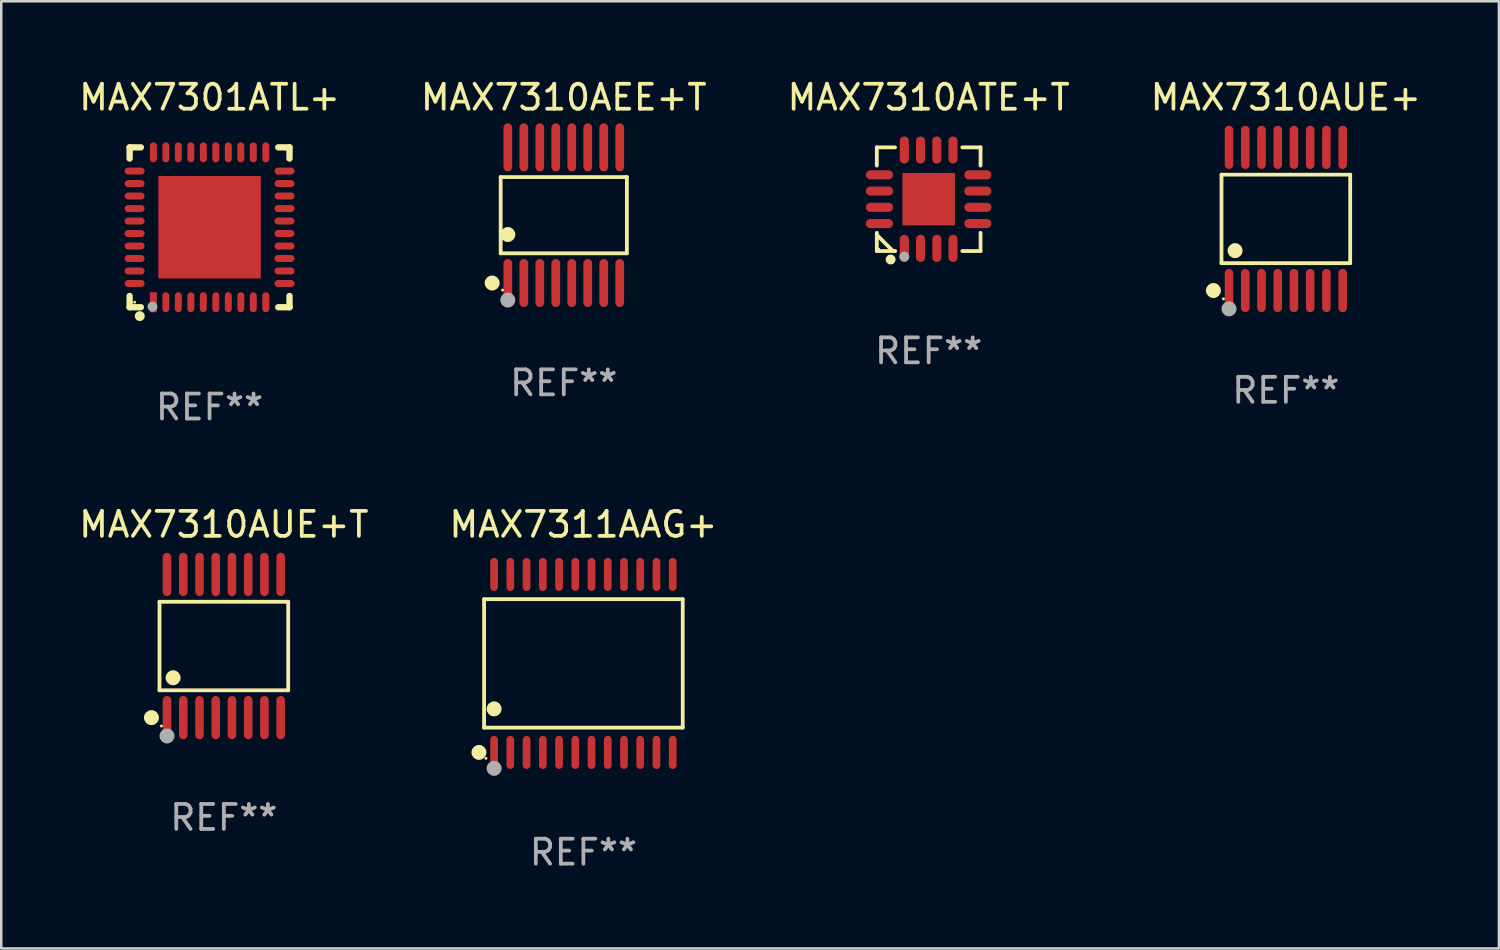
<source format=kicad_pcb>
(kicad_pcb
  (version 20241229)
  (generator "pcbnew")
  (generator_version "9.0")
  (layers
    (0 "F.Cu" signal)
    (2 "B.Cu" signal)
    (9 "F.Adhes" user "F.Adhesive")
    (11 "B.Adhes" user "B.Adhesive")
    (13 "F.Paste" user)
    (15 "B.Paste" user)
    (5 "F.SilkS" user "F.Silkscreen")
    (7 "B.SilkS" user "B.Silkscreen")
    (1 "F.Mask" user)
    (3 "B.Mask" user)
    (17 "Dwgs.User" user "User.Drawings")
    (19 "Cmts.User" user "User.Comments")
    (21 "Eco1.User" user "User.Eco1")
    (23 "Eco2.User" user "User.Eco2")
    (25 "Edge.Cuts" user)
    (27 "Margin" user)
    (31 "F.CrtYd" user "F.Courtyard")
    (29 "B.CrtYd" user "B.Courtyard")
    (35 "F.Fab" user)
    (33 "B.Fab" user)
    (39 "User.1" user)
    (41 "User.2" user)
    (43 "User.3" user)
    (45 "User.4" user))
  (footprint "MAX7311AAG+"
    (layer "F.Cu")
    (at 20.304 23.507)
    (property "Reference" "MAX7311AAG+" (at 0 -5.562 0) (layer "F.SilkS") (effects (font (size 1 1) (thickness 0.15))))
    (attr through_hole)
    (fp_line (start -3.976 -2.571) (end 3.976 -2.571) (stroke (width 0.152) (type solid)) (layer "F.SilkS"))
    (fp_line (start -3.976 2.571) (end -3.976 -2.571) (stroke (width 0.152) (type solid)) (layer "F.SilkS"))
    (fp_line (start 3.976 -2.571) (end 3.976 2.571) (stroke (width 0.152) (type solid)) (layer "F.SilkS"))
    (fp_line (start 3.976 2.571) (end -3.976 2.571) (stroke (width 0.152) (type solid)) (layer "F.SilkS"))
    (fp_circle (center -4.181 3.562) (end -4.031 3.562) (stroke (width 0.3) (type solid)) (fill no) (layer "F.SilkS"))
    (fp_circle (center -3.9 3.8) (end -3.87 3.8) (stroke (width 0.06) (type solid)) (fill no) (layer "F.SilkS"))
    (fp_circle (center -3.575 1.819) (end -3.425 1.819) (stroke (width 0.3) (type solid)) (fill no) (layer "F.SilkS"))
    (fp_circle (center -3.575 4.2) (end -3.425 4.2) (stroke (width 0.3) (type solid)) (fill no) (layer "F.Fab"))
    (fp_text user "REF**" (at 0 7.562 0) (layer "F.Fab") (effects (font (size 1 1) (thickness 0.15))))
    (pad "1" smd oval (at -3.575 3.562) (size 0.308 1.324) (layers "F.Cu" "F.Mask" "F.Paste"))
    (pad "2" smd oval (at -2.925 3.562) (size 0.308 1.324) (layers "F.Cu" "F.Mask" "F.Paste"))
    (pad "3" smd oval (at -2.275 3.562) (size 0.308 1.324) (layers "F.Cu" "F.Mask" "F.Paste"))
    (pad "4" smd oval (at -1.625 3.562) (size 0.308 1.324) (layers "F.Cu" "F.Mask" "F.Paste"))
    (pad "5" smd oval (at -0.975 3.562) (size 0.308 1.324) (layers "F.Cu" "F.Mask" "F.Paste"))
    (pad "6" smd oval (at -0.325 3.562) (size 0.308 1.324) (layers "F.Cu" "F.Mask" "F.Paste"))
    (pad "7" smd oval (at 0.325 3.562) (size 0.308 1.324) (layers "F.Cu" "F.Mask" "F.Paste"))
    (pad "8" smd oval (at 0.975 3.562) (size 0.308 1.324) (layers "F.Cu" "F.Mask" "F.Paste"))
    (pad "9" smd oval (at 1.625 3.562) (size 0.308 1.324) (layers "F.Cu" "F.Mask" "F.Paste"))
    (pad "10" smd oval (at 2.275 3.562) (size 0.308 1.324) (layers "F.Cu" "F.Mask" "F.Paste"))
    (pad "11" smd oval (at 2.925 3.562) (size 0.308 1.324) (layers "F.Cu" "F.Mask" "F.Paste"))
    (pad "12" smd oval (at 3.575 3.562) (size 0.308 1.324) (layers "F.Cu" "F.Mask" "F.Paste"))
    (pad "13" smd oval (at 3.575 -3.562) (size 0.308 1.324) (layers "F.Cu" "F.Mask" "F.Paste"))
    (pad "14" smd oval (at 2.925 -3.562) (size 0.308 1.324) (layers "F.Cu" "F.Mask" "F.Paste"))
    (pad "15" smd oval (at 2.275 -3.562) (size 0.308 1.324) (layers "F.Cu" "F.Mask" "F.Paste"))
    (pad "16" smd oval (at 1.625 -3.562) (size 0.308 1.324) (layers "F.Cu" "F.Mask" "F.Paste"))
    (pad "17" smd oval (at 0.975 -3.562) (size 0.308 1.324) (layers "F.Cu" "F.Mask" "F.Paste"))
    (pad "18" smd oval (at 0.325 -3.562) (size 0.308 1.324) (layers "F.Cu" "F.Mask" "F.Paste"))
    (pad "19" smd oval (at -0.325 -3.562) (size 0.308 1.324) (layers "F.Cu" "F.Mask" "F.Paste"))
    (pad "20" smd oval (at -0.975 -3.562) (size 0.308 1.324) (layers "F.Cu" "F.Mask" "F.Paste"))
    (pad "21" smd oval (at -1.625 -3.562) (size 0.308 1.324) (layers "F.Cu" "F.Mask" "F.Paste"))
    (pad "22" smd oval (at -2.275 -3.562) (size 0.308 1.324) (layers "F.Cu" "F.Mask" "F.Paste"))
    (pad "23" smd oval (at -2.925 -3.562) (size 0.308 1.324) (layers "F.Cu" "F.Mask" "F.Paste"))
    (pad "24" smd oval (at -3.575 -3.562) (size 0.308 1.324) (layers "F.Cu" "F.Mask" "F.Paste")))
  (footprint "MAX7310AUE+T"
    (layer "F.Cu")
    (at 5.911 22.811)
    (property "Reference" "MAX7310AUE+T" (at 0 -4.866 0) (layer "F.SilkS") (effects (font (size 1 1) (thickness 0.15))))
    (attr through_hole)
    (fp_line (start -2.576 -1.772) (end 2.576 -1.772) (stroke (width 0.152) (type solid)) (layer "F.SilkS"))
    (fp_line (start -2.576 1.771) (end -2.576 -1.772) (stroke (width 0.152) (type solid)) (layer "F.SilkS"))
    (fp_line (start 2.576 -1.772) (end 2.576 1.771) (stroke (width 0.152) (type solid)) (layer "F.SilkS"))
    (fp_line (start 2.576 1.771) (end -2.576 1.771) (stroke (width 0.152) (type solid)) (layer "F.SilkS"))
    (fp_circle (center -2.899 2.866) (end -2.749 2.866) (stroke (width 0.3) (type solid)) (fill no) (layer "F.SilkS"))
    (fp_circle (center -2.5 3.2) (end -2.47 3.2) (stroke (width 0.06) (type solid)) (fill no) (layer "F.SilkS"))
    (fp_circle (center -2.032 1.27) (end -1.882 1.27) (stroke (width 0.3) (type solid)) (fill no) (layer "F.SilkS"))
    (fp_circle (center -2.275 3.6) (end -2.125 3.6) (stroke (width 0.3) (type solid)) (fill no) (layer "F.Fab"))
    (fp_text user "REF**" (at 0 6.866 0) (layer "F.Fab") (effects (font (size 1 1) (thickness 0.15))))
    (pad "1" smd oval (at -2.275 2.866) (size 0.343 1.731) (layers "F.Cu" "F.Mask" "F.Paste"))
    (pad "2" smd oval (at -1.625 2.866) (size 0.343 1.731) (layers "F.Cu" "F.Mask" "F.Paste"))
    (pad "3" smd oval (at -0.975 2.866) (size 0.343 1.731) (layers "F.Cu" "F.Mask" "F.Paste"))
    (pad "4" smd oval (at -0.325 2.866) (size 0.343 1.731) (layers "F.Cu" "F.Mask" "F.Paste"))
    (pad "5" smd oval (at 0.325 2.866) (size 0.343 1.731) (layers "F.Cu" "F.Mask" "F.Paste"))
    (pad "6" smd oval (at 0.975 2.866) (size 0.343 1.731) (layers "F.Cu" "F.Mask" "F.Paste"))
    (pad "7" smd oval (at 1.625 2.866) (size 0.343 1.731) (layers "F.Cu" "F.Mask" "F.Paste"))
    (pad "8" smd oval (at 2.275 2.866) (size 0.343 1.731) (layers "F.Cu" "F.Mask" "F.Paste"))
    (pad "9" smd oval (at 2.275 -2.866) (size 0.343 1.731) (layers "F.Cu" "F.Mask" "F.Paste"))
    (pad "10" smd oval (at 1.625 -2.866) (size 0.343 1.731) (layers "F.Cu" "F.Mask" "F.Paste"))
    (pad "11" smd oval (at 0.975 -2.866) (size 0.343 1.731) (layers "F.Cu" "F.Mask" "F.Paste"))
    (pad "12" smd oval (at 0.325 -2.866) (size 0.343 1.731) (layers "F.Cu" "F.Mask" "F.Paste"))
    (pad "13" smd oval (at -0.325 -2.866) (size 0.343 1.731) (layers "F.Cu" "F.Mask" "F.Paste"))
    (pad "14" smd oval (at -0.975 -2.866) (size 0.343 1.731) (layers "F.Cu" "F.Mask" "F.Paste"))
    (pad "15" smd oval (at -1.625 -2.866) (size 0.343 1.731) (layers "F.Cu" "F.Mask" "F.Paste"))
    (pad "16" smd oval (at -2.275 -2.866) (size 0.343 1.731) (layers "F.Cu" "F.Mask" "F.Paste")))
  (footprint "MAX7301ATL+"
    (layer "F.Cu")
    (at 5.339 6.048)
    (property "Reference" "MAX7301ATL+" (at 0 -5.2 0) (layer "F.SilkS") (effects (font (size 1 1) (thickness 0.15))))
    (attr through_hole)
    (fp_line (start -3.2 -3.2) (end -3.2 -2.75) (stroke (width 0.254) (type solid)) (layer "F.SilkS"))
    (fp_line (start -3.2 3.2) (end -3.2 2.75) (stroke (width 0.254) (type solid)) (layer "F.SilkS"))
    (fp_line (start -2.75 -3.2) (end -3.2 -3.2) (stroke (width 0.254) (type solid)) (layer "F.SilkS"))
    (fp_line (start -2.75 3.2) (end -3.2 3.2) (stroke (width 0.254) (type solid)) (layer "F.SilkS"))
    (fp_line (start 3.2 -3.2) (end 2.75 -3.2) (stroke (width 0.254) (type solid)) (layer "F.SilkS"))
    (fp_line (start 3.2 -2.75) (end 3.2 -3.2) (stroke (width 0.254) (type solid)) (layer "F.SilkS"))
    (fp_line (start 3.2 2.75) (end 3.2 3.2) (stroke (width 0.254) (type solid)) (layer "F.SilkS"))
    (fp_line (start 3.2 3.2) (end 2.75 3.2) (stroke (width 0.254) (type solid)) (layer "F.SilkS"))
    (fp_circle (center -3 3) (end -2.97 3) (stroke (width 0.06) (type solid)) (fill no) (layer "F.SilkS"))
    (fp_circle (center -2.794 3.556) (end -2.694 3.556) (stroke (width 0.2) (type solid)) (fill no) (layer "F.SilkS"))
    (fp_circle (center -2.286 3.175) (end -2.186 3.175) (stroke (width 0.2) (type solid)) (fill no) (layer "F.Fab"))
    (fp_text user "REF**" (at 0 7.2 0) (layer "F.Fab") (effects (font (size 1 1) (thickness 0.15))))
    (pad "1" smd rect (at -2.25 3 180) (size 0.28 0.8) (layers "F.Cu" "F.Mask" "F.Paste"))
    (pad "2" smd oval (at -1.75 3 180) (size 0.28 0.8) (layers "F.Cu" "F.Mask" "F.Paste"))
    (pad "3" smd oval (at -1.25 3 180) (size 0.28 0.8) (layers "F.Cu" "F.Mask" "F.Paste"))
    (pad "4" smd oval (at -0.75 3 180) (size 0.28 0.8) (layers "F.Cu" "F.Mask" "F.Paste"))
    (pad "5" smd oval (at -0.25 3 180) (size 0.28 0.8) (layers "F.Cu" "F.Mask" "F.Paste"))
    (pad "6" smd oval (at 0.25 3 180) (size 0.28 0.8) (layers "F.Cu" "F.Mask" "F.Paste"))
    (pad "7" smd oval (at 0.75 3 180) (size 0.28 0.8) (layers "F.Cu" "F.Mask" "F.Paste"))
    (pad "8" smd oval (at 1.25 3 180) (size 0.28 0.8) (layers "F.Cu" "F.Mask" "F.Paste"))
    (pad "9" smd oval (at 1.75 3 180) (size 0.28 0.8) (layers "F.Cu" "F.Mask" "F.Paste"))
    (pad "10" smd oval (at 2.25 3 180) (size 0.28 0.8) (layers "F.Cu" "F.Mask" "F.Paste"))
    (pad "11" smd oval (at 3 2.25 90) (size 0.28 0.8) (layers "F.Cu" "F.Mask" "F.Paste"))
    (pad "12" smd oval (at 3 1.75 90) (size 0.28 0.8) (layers "F.Cu" "F.Mask" "F.Paste"))
    (pad "13" smd oval (at 3 1.25 90) (size 0.28 0.8) (layers "F.Cu" "F.Mask" "F.Paste"))
    (pad "14" smd oval (at 3 0.75 90) (size 0.28 0.8) (layers "F.Cu" "F.Mask" "F.Paste"))
    (pad "15" smd oval (at 3 0.25 90) (size 0.28 0.8) (layers "F.Cu" "F.Mask" "F.Paste"))
    (pad "16" smd oval (at 3 -0.25 90) (size 0.28 0.8) (layers "F.Cu" "F.Mask" "F.Paste"))
    (pad "17" smd oval (at 3 -0.75 90) (size 0.28 0.8) (layers "F.Cu" "F.Mask" "F.Paste"))
    (pad "18" smd oval (at 3 -1.25 90) (size 0.28 0.8) (layers "F.Cu" "F.Mask" "F.Paste"))
    (pad "19" smd oval (at 3 -1.75 90) (size 0.28 0.8) (layers "F.Cu" "F.Mask" "F.Paste"))
    (pad "20" smd oval (at 3 -2.25 90) (size 0.28 0.8) (layers "F.Cu" "F.Mask" "F.Paste"))
    (pad "21" smd oval (at 2.25 -3 180) (size 0.28 0.8) (layers "F.Cu" "F.Mask" "F.Paste"))
    (pad "22" smd oval (at 1.75 -3 180) (size 0.28 0.8) (layers "F.Cu" "F.Mask" "F.Paste"))
    (pad "23" smd oval (at 1.25 -3 180) (size 0.28 0.8) (layers "F.Cu" "F.Mask" "F.Paste"))
    (pad "24" smd oval (at 0.75 -3 180) (size 0.28 0.8) (layers "F.Cu" "F.Mask" "F.Paste"))
    (pad "25" smd oval (at 0.25 -3 180) (size 0.28 0.8) (layers "F.Cu" "F.Mask" "F.Paste"))
    (pad "26" smd oval (at -0.25 -3 180) (size 0.28 0.8) (layers "F.Cu" "F.Mask" "F.Paste"))
    (pad "27" smd oval (at -0.75 -3 180) (size 0.28 0.8) (layers "F.Cu" "F.Mask" "F.Paste"))
    (pad "28" smd oval (at -1.25 -3 180) (size 0.28 0.8) (layers "F.Cu" "F.Mask" "F.Paste"))
    (pad "29" smd oval (at -1.75 -3 180) (size 0.28 0.8) (layers "F.Cu" "F.Mask" "F.Paste"))
    (pad "30" smd oval (at -2.25 -3 180) (size 0.28 0.8) (layers "F.Cu" "F.Mask" "F.Paste"))
    (pad "31" smd oval (at -3 -2.25 90) (size 0.28 0.8) (layers "F.Cu" "F.Mask" "F.Paste"))
    (pad "32" smd oval (at -3 -1.75 90) (size 0.28 0.8) (layers "F.Cu" "F.Mask" "F.Paste"))
    (pad "33" smd oval (at -3 -1.25 90) (size 0.28 0.8) (layers "F.Cu" "F.Mask" "F.Paste"))
    (pad "34" smd oval (at -3 -0.75 90) (size 0.28 0.8) (layers "F.Cu" "F.Mask" "F.Paste"))
    (pad "35" smd oval (at -3 -0.25 90) (size 0.28 0.8) (layers "F.Cu" "F.Mask" "F.Paste"))
    (pad "36" smd oval (at -3 0.25 90) (size 0.28 0.8) (layers "F.Cu" "F.Mask" "F.Paste"))
    (pad "37" smd oval (at -3 0.75 90) (size 0.28 0.8) (layers "F.Cu" "F.Mask" "F.Paste"))
    (pad "38" smd oval (at -3 1.25 90) (size 0.28 0.8) (layers "F.Cu" "F.Mask" "F.Paste"))
    (pad "39" smd oval (at -3 1.75 90) (size 0.28 0.8) (layers "F.Cu" "F.Mask" "F.Paste"))
    (pad "40" smd oval (at -3 2.25 90) (size 0.28 0.8) (layers "F.Cu" "F.Mask" "F.Paste"))
    (pad "41" smd rect (at 0.000025 0.000025 90) (size 4.1 4.1) (layers "F.Cu" "F.Mask" "F.Paste")))
  (footprint "MAX7310AUE+"
    (layer "F.Cu")
    (at 48.423 5.714)
    (property "Reference" "MAX7310AUE+" (at 0 -4.866 0) (layer "F.SilkS") (effects (font (size 1 1) (thickness 0.15))))
    (attr through_hole)
    (fp_line (start -2.576 -1.772) (end 2.576 -1.772) (stroke (width 0.152) (type solid)) (layer "F.SilkS"))
    (fp_line (start -2.576 1.771) (end -2.576 -1.772) (stroke (width 0.152) (type solid)) (layer "F.SilkS"))
    (fp_line (start 2.576 -1.772) (end 2.576 1.771) (stroke (width 0.152) (type solid)) (layer "F.SilkS"))
    (fp_line (start 2.576 1.771) (end -2.576 1.771) (stroke (width 0.152) (type solid)) (layer "F.SilkS"))
    (fp_circle (center -2.899 2.866) (end -2.749 2.866) (stroke (width 0.3) (type solid)) (fill no) (layer "F.SilkS"))
    (fp_circle (center -2.5 3.2) (end -2.47 3.2) (stroke (width 0.06) (type solid)) (fill no) (layer "F.SilkS"))
    (fp_circle (center -2.032 1.27) (end -1.882 1.27) (stroke (width 0.3) (type solid)) (fill no) (layer "F.SilkS"))
    (fp_circle (center -2.275 3.6) (end -2.125 3.6) (stroke (width 0.3) (type solid)) (fill no) (layer "F.Fab"))
    (fp_text user "REF**" (at 0 6.866 0) (layer "F.Fab") (effects (font (size 1 1) (thickness 0.15))))
    (pad "1" smd oval (at -2.275 2.866) (size 0.343 1.731) (layers "F.Cu" "F.Mask" "F.Paste"))
    (pad "2" smd oval (at -1.625 2.866) (size 0.343 1.731) (layers "F.Cu" "F.Mask" "F.Paste"))
    (pad "3" smd oval (at -0.975 2.866) (size 0.343 1.731) (layers "F.Cu" "F.Mask" "F.Paste"))
    (pad "4" smd oval (at -0.325 2.866) (size 0.343 1.731) (layers "F.Cu" "F.Mask" "F.Paste"))
    (pad "5" smd oval (at 0.325 2.866) (size 0.343 1.731) (layers "F.Cu" "F.Mask" "F.Paste"))
    (pad "6" smd oval (at 0.975 2.866) (size 0.343 1.731) (layers "F.Cu" "F.Mask" "F.Paste"))
    (pad "7" smd oval (at 1.625 2.866) (size 0.343 1.731) (layers "F.Cu" "F.Mask" "F.Paste"))
    (pad "8" smd oval (at 2.275 2.866) (size 0.343 1.731) (layers "F.Cu" "F.Mask" "F.Paste"))
    (pad "9" smd oval (at 2.275 -2.866) (size 0.343 1.731) (layers "F.Cu" "F.Mask" "F.Paste"))
    (pad "10" smd oval (at 1.625 -2.866) (size 0.343 1.731) (layers "F.Cu" "F.Mask" "F.Paste"))
    (pad "11" smd oval (at 0.975 -2.866) (size 0.343 1.731) (layers "F.Cu" "F.Mask" "F.Paste"))
    (pad "12" smd oval (at 0.325 -2.866) (size 0.343 1.731) (layers "F.Cu" "F.Mask" "F.Paste"))
    (pad "13" smd oval (at -0.325 -2.866) (size 0.343 1.731) (layers "F.Cu" "F.Mask" "F.Paste"))
    (pad "14" smd oval (at -0.975 -2.866) (size 0.343 1.731) (layers "F.Cu" "F.Mask" "F.Paste"))
    (pad "15" smd oval (at -1.625 -2.866) (size 0.343 1.731) (layers "F.Cu" "F.Mask" "F.Paste"))
    (pad "16" smd oval (at -2.275 -2.866) (size 0.343 1.731) (layers "F.Cu" "F.Mask" "F.Paste")))
  (footprint "MAX7310ATE+T"
    (layer "F.Cu")
    (at 34.125 4.924)
    (property "Reference" "MAX7310ATE+T" (at 0 -4.076 0) (layer "F.SilkS") (effects (font (size 1 1) (thickness 0.15))))
    (attr through_hole)
    (fp_line (start -2.076 -2.076) (end -1.347 -2.076) (stroke (width 0.152) (type solid)) (layer "F.SilkS"))
    (fp_line (start -2.076 -1.347) (end -2.076 -2.076) (stroke (width 0.152) (type solid)) (layer "F.SilkS"))
    (fp_line (start -2.076 1.347) (end -2.076 2.076) (stroke (width 0.152) (type solid)) (layer "F.SilkS"))
    (fp_line (start -2.076 2.076) (end -1.347 2.076) (stroke (width 0.152) (type solid)) (layer "F.SilkS"))
    (fp_line (start -1.429 2.076) (end -2.076 1.429) (stroke (width 0.152) (type solid)) (layer "F.SilkS"))
    (fp_line (start -1.347 2.076) (end -1.429 2.076) (stroke (width 0.152) (type solid)) (layer "F.SilkS"))
    (fp_line (start 2.076 -2.076) (end 1.347 -2.076) (stroke (width 0.152) (type solid)) (layer "F.SilkS"))
    (fp_line (start 2.076 -1.347) (end 2.076 -2.076) (stroke (width 0.152) (type solid)) (layer "F.SilkS"))
    (fp_line (start 2.076 1.347) (end 2.076 2.076) (stroke (width 0.152) (type solid)) (layer "F.SilkS"))
    (fp_line (start 2.076 2.076) (end 1.347 2.076) (stroke (width 0.152) (type solid)) (layer "F.SilkS"))
    (fp_circle (center -2 2) (end -1.97 2) (stroke (width 0.06) (type solid)) (fill no) (layer "F.SilkS"))
    (fp_circle (center -1.524 2.413) (end -1.424 2.413) (stroke (width 0.2) (type solid)) (fill no) (layer "F.SilkS"))
    (fp_circle (center -0.975 2.3) (end -0.875 2.3) (stroke (width 0.2) (type solid)) (fill no) (layer "F.Fab"))
    (fp_text user "REF**" (at 0 6.076 0) (layer "F.Fab") (effects (font (size 1 1) (thickness 0.15))))
    (pad "1" smd oval (at -0.975 1.969) (size 0.364 1.087) (layers "F.Cu" "F.Mask" "F.Paste"))
    (pad "2" smd oval (at -0.325 1.969) (size 0.364 1.087) (layers "F.Cu" "F.Mask" "F.Paste"))
    (pad "3" smd oval (at 0.325 1.969) (size 0.364 1.087) (layers "F.Cu" "F.Mask" "F.Paste"))
    (pad "4" smd oval (at 0.975 1.969) (size 0.364 1.087) (layers "F.Cu" "F.Mask" "F.Paste"))
    (pad "5" smd oval (at 1.969 0.975) (size 1.087 0.364) (layers "F.Cu" "F.Mask" "F.Paste"))
    (pad "6" smd oval (at 1.969 0.325) (size 1.087 0.364) (layers "F.Cu" "F.Mask" "F.Paste"))
    (pad "7" smd oval (at 1.969 -0.325) (size 1.087 0.364) (layers "F.Cu" "F.Mask" "F.Paste"))
    (pad "8" smd oval (at 1.969 -0.975) (size 1.087 0.364) (layers "F.Cu" "F.Mask" "F.Paste"))
    (pad "9" smd oval (at 0.975 -1.969) (size 0.364 1.087) (layers "F.Cu" "F.Mask" "F.Paste"))
    (pad "10" smd oval (at 0.325 -1.969) (size 0.364 1.087) (layers "F.Cu" "F.Mask" "F.Paste"))
    (pad "11" smd oval (at -0.325 -1.969) (size 0.364 1.087) (layers "F.Cu" "F.Mask" "F.Paste"))
    (pad "12" smd oval (at -0.975 -1.969) (size 0.364 1.087) (layers "F.Cu" "F.Mask" "F.Paste"))
    (pad "13" smd oval (at -1.969 -0.975) (size 1.087 0.364) (layers "F.Cu" "F.Mask" "F.Paste"))
    (pad "14" smd oval (at -1.969 -0.325) (size 1.087 0.364) (layers "F.Cu" "F.Mask" "F.Paste"))
    (pad "15" smd oval (at -1.969 0.325) (size 1.087 0.364) (layers "F.Cu" "F.Mask" "F.Paste"))
    (pad "16" smd oval (at -1.969 0.975) (size 1.087 0.364) (layers "F.Cu" "F.Mask" "F.Paste"))
    (pad "17" smd rect (at 0 0) (size 2.1 2.1) (layers "F.Cu" "F.Mask" "F.Paste")))
  (footprint "MAX7310AEE+T"
    (layer "F.Cu")
    (at 19.518 5.564)
    (property "Reference" "MAX7310AEE+T" (at 0 -4.716 0) (layer "F.SilkS") (effects (font (size 1 1) (thickness 0.15))))
    (attr through_hole)
    (fp_line (start -2.526 -1.526) (end 2.526 -1.526) (stroke (width 0.152) (type solid)) (layer "F.SilkS"))
    (fp_line (start -2.526 1.526) (end -2.526 -1.526) (stroke (width 0.152) (type solid)) (layer "F.SilkS"))
    (fp_line (start 2.526 -1.526) (end 2.526 1.526) (stroke (width 0.152) (type solid)) (layer "F.SilkS"))
    (fp_line (start 2.526 1.526) (end -2.526 1.526) (stroke (width 0.152) (type solid)) (layer "F.SilkS"))
    (fp_circle (center -2.867 2.716) (end -2.717 2.716) (stroke (width 0.3) (type solid)) (fill no) (layer "F.SilkS"))
    (fp_circle (center -2.45 2.997) (end -2.42 2.997) (stroke (width 0.06) (type solid)) (fill no) (layer "F.SilkS"))
    (fp_circle (center -2.24 0.774) (end -2.09 0.774) (stroke (width 0.3) (type solid)) (fill no) (layer "F.SilkS"))
    (fp_circle (center -2.24 3.398) (end -2.09 3.398) (stroke (width 0.3) (type solid)) (fill no) (layer "F.Fab"))
    (fp_text user "REF**" (at 0 6.716 0) (layer "F.Fab") (effects (font (size 1 1) (thickness 0.15))))
    (pad "1" smd oval (at -2.24 2.716) (size 0.35 1.922) (layers "F.Cu" "F.Mask" "F.Paste"))
    (pad "2" smd oval (at -1.6 2.716) (size 0.35 1.922) (layers "F.Cu" "F.Mask" "F.Paste"))
    (pad "3" smd oval (at -0.96 2.716) (size 0.35 1.922) (layers "F.Cu" "F.Mask" "F.Paste"))
    (pad "4" smd oval (at -0.32 2.716) (size 0.35 1.922) (layers "F.Cu" "F.Mask" "F.Paste"))
    (pad "5" smd oval (at 0.32 2.716) (size 0.35 1.922) (layers "F.Cu" "F.Mask" "F.Paste"))
    (pad "6" smd oval (at 0.96 2.716) (size 0.35 1.922) (layers "F.Cu" "F.Mask" "F.Paste"))
    (pad "7" smd oval (at 1.6 2.716) (size 0.35 1.922) (layers "F.Cu" "F.Mask" "F.Paste"))
    (pad "8" smd oval (at 2.24 2.716) (size 0.35 1.922) (layers "F.Cu" "F.Mask" "F.Paste"))
    (pad "9" smd oval (at 2.24 -2.716) (size 0.35 1.922) (layers "F.Cu" "F.Mask" "F.Paste"))
    (pad "10" smd oval (at 1.6 -2.716) (size 0.35 1.922) (layers "F.Cu" "F.Mask" "F.Paste"))
    (pad "11" smd oval (at 0.96 -2.716) (size 0.35 1.922) (layers "F.Cu" "F.Mask" "F.Paste"))
    (pad "12" smd oval (at 0.32 -2.716) (size 0.35 1.922) (layers "F.Cu" "F.Mask" "F.Paste"))
    (pad "13" smd oval (at -0.32 -2.716) (size 0.35 1.922) (layers "F.Cu" "F.Mask" "F.Paste"))
    (pad "14" smd oval (at -0.96 -2.716) (size 0.35 1.922) (layers "F.Cu" "F.Mask" "F.Paste"))
    (pad "15" smd oval (at -1.6 -2.716) (size 0.35 1.922) (layers "F.Cu" "F.Mask" "F.Paste"))
    (pad "16" smd oval (at -2.24 -2.716) (size 0.35 1.922) (layers "F.Cu" "F.Mask" "F.Paste")))
  (gr_rect
    (start -3 -3)
    (end 56.952 34.917)
    (stroke (width 0.1) (type default))
    (fill no)
    (layer "Edge.Cuts")))
</source>
